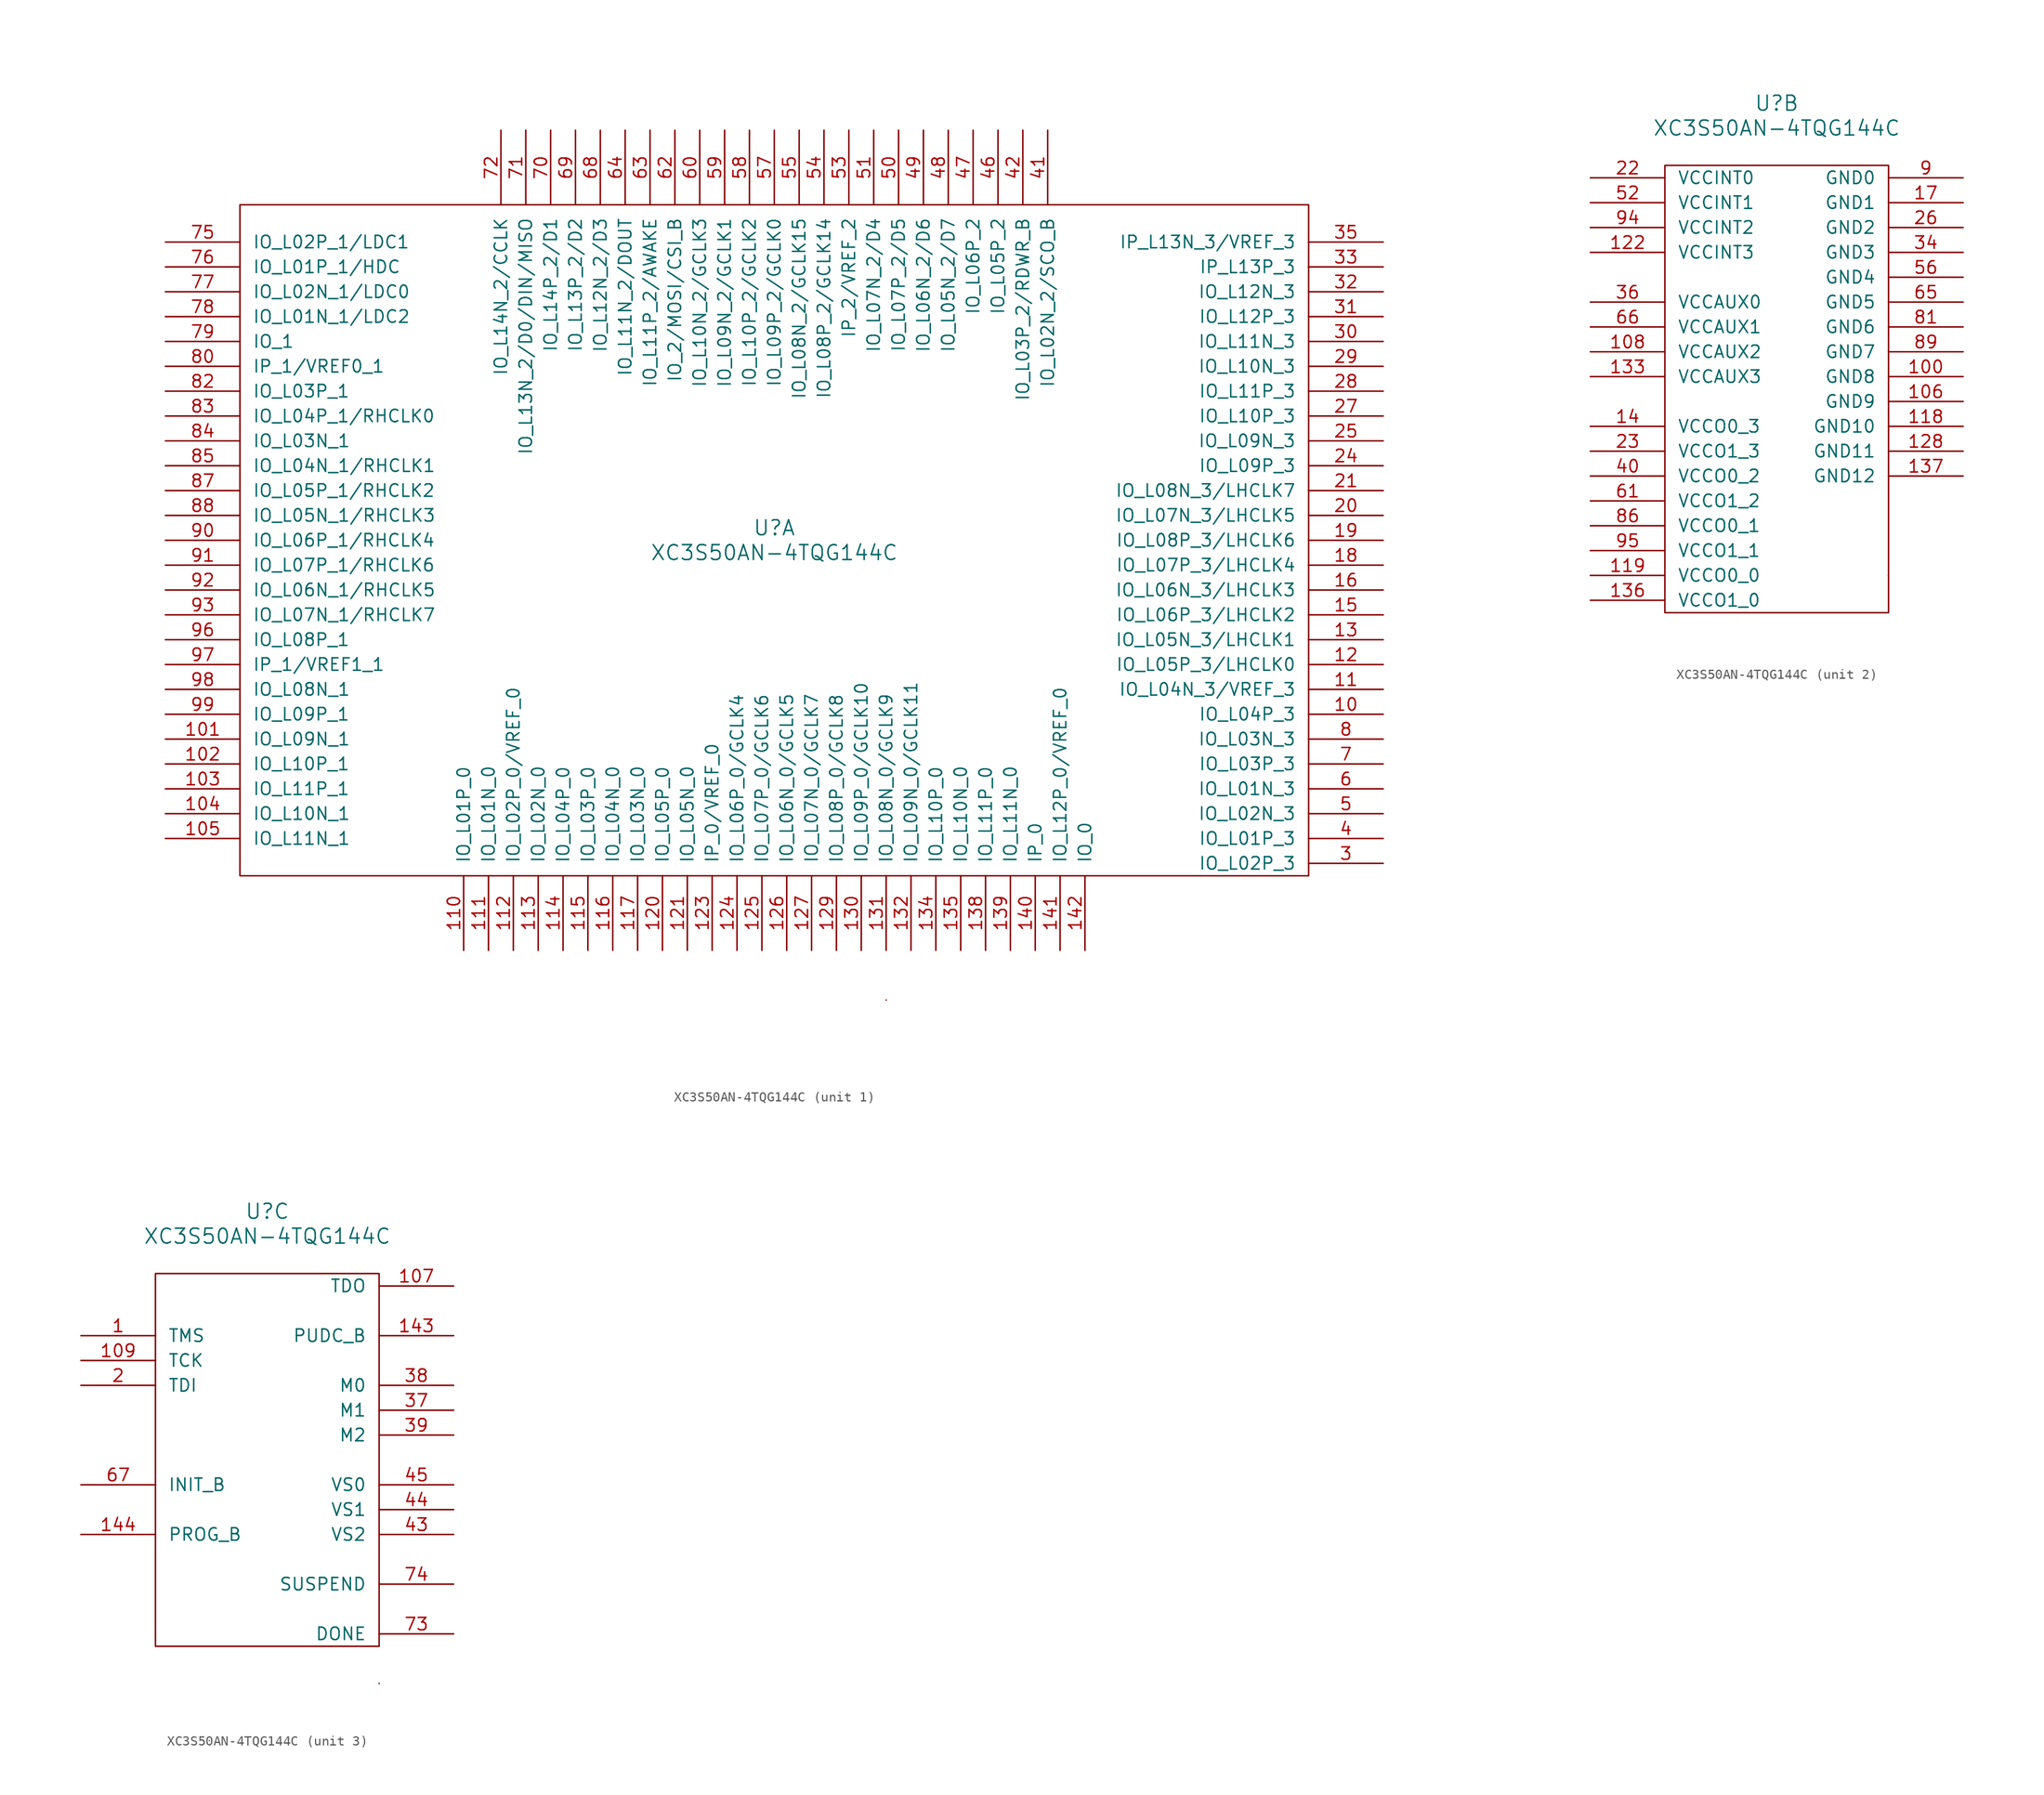
<source format=kicad_sym>
(kicad_symbol_lib
  (version 20220914)
  (generator kicad_symbol_editor)
  (symbol "XC3S50AN-4TQG144C"
    (pin_names
      (offset 1.27))
    (property "Reference" "U"
      (at 0 1.27 0)
      (effects (font (size 1.524 1.524))))
    (property "Value" "XC3S50AN-4TQG144C"
      (at 0 -1.27 0)
      (effects (font (size 1.524 1.524))))
    (property "Datasheet" ""
      (at 0 0 0)
      (effects (font (size 1.524 1.524))))
    (property "ki_locked" ""
      (at 0 0 0)
      (effects (font (size 1.27 1.27))))
    (symbol "XC3S50AN-4TQG144C_0_1"
      (rectangle (start 11.43 -46.99) (end 11.43 -46.99) (stroke (width 0) (type default)) (fill (type none))))
    (symbol "XC3S50AN-4TQG144C_1_1"
      (rectangle (start -54.61 34.29) (end 54.61 -34.29) (stroke (width 0) (type default)) (fill (type none)))
      (pin bidirectional line (at 62.23 -17.78 180) (length 7.62) (name "IO_L04P_3" (effects (font (size 1.27 1.27)))) (number "10" (effects (font (size 1.27 1.27)))))
      (pin bidirectional line (at -62.23 -20.32 0) (length 7.62) (name "IO_L09N_1" (effects (font (size 1.27 1.27)))) (number "101" (effects (font (size 1.27 1.27)))))
      (pin bidirectional line (at -62.23 -22.86 0) (length 7.62) (name "IO_L10P_1" (effects (font (size 1.27 1.27)))) (number "102" (effects (font (size 1.27 1.27)))))
      (pin bidirectional line (at -62.23 -25.4 0) (length 7.62) (name "IO_L11P_1" (effects (font (size 1.27 1.27)))) (number "103" (effects (font (size 1.27 1.27)))))
      (pin bidirectional line (at -62.23 -27.94 0) (length 7.62) (name "IO_L10N_1" (effects (font (size 1.27 1.27)))) (number "104" (effects (font (size 1.27 1.27)))))
      (pin bidirectional line (at -62.23 -30.48 0) (length 7.62) (name "IO_L11N_1" (effects (font (size 1.27 1.27)))) (number "105" (effects (font (size 1.27 1.27)))))
      (pin bidirectional line (at 62.23 -15.24 180) (length 7.62) (name "IO_L04N_3/VREF_3" (effects (font (size 1.27 1.27)))) (number "11" (effects (font (size 1.27 1.27)))))
      (pin bidirectional line (at -31.75 -41.91 90) (length 7.62) (name "IO_L01P_0" (effects (font (size 1.27 1.27)))) (number "110" (effects (font (size 1.27 1.27)))))
      (pin bidirectional line (at -29.21 -41.91 90) (length 7.62) (name "IO_L01N_0" (effects (font (size 1.27 1.27)))) (number "111" (effects (font (size 1.27 1.27)))))
      (pin bidirectional line (at -26.67 -41.91 90) (length 7.62) (name "IO_L02P_0/VREF_0" (effects (font (size 1.27 1.27)))) (number "112" (effects (font (size 1.27 1.27)))))
      (pin bidirectional line (at -24.13 -41.91 90) (length 7.62) (name "IO_L02N_0" (effects (font (size 1.27 1.27)))) (number "113" (effects (font (size 1.27 1.27)))))
      (pin bidirectional line (at -21.59 -41.91 90) (length 7.62) (name "IO_L04P_0" (effects (font (size 1.27 1.27)))) (number "114" (effects (font (size 1.27 1.27)))))
      (pin bidirectional line (at -19.05 -41.91 90) (length 7.62) (name "IO_L03P_0" (effects (font (size 1.27 1.27)))) (number "115" (effects (font (size 1.27 1.27)))))
      (pin bidirectional line (at -16.51 -41.91 90) (length 7.62) (name "IO_L04N_0" (effects (font (size 1.27 1.27)))) (number "116" (effects (font (size 1.27 1.27)))))
      (pin bidirectional line (at -13.97 -41.91 90) (length 7.62) (name "IO_L03N_0" (effects (font (size 1.27 1.27)))) (number "117" (effects (font (size 1.27 1.27)))))
      (pin bidirectional line (at 62.23 -12.7 180) (length 7.62) (name "IO_L05P_3/LHCLK0" (effects (font (size 1.27 1.27)))) (number "12" (effects (font (size 1.27 1.27)))))
      (pin bidirectional line (at -11.43 -41.91 90) (length 7.62) (name "IO_L05P_0" (effects (font (size 1.27 1.27)))) (number "120" (effects (font (size 1.27 1.27)))))
      (pin bidirectional line (at -8.89 -41.91 90) (length 7.62) (name "IO_L05N_0" (effects (font (size 1.27 1.27)))) (number "121" (effects (font (size 1.27 1.27)))))
      (pin input line (at -6.35 -41.91 90) (length 7.62) (name "IP_0/VREF_0" (effects (font (size 1.27 1.27)))) (number "123" (effects (font (size 1.27 1.27)))))
      (pin bidirectional line (at -3.81 -41.91 90) (length 7.62) (name "IO_L06P_0/GCLK4" (effects (font (size 1.27 1.27)))) (number "124" (effects (font (size 1.27 1.27)))))
      (pin bidirectional line (at -1.27 -41.91 90) (length 7.62) (name "IO_L07P_0/GCLK6" (effects (font (size 1.27 1.27)))) (number "125" (effects (font (size 1.27 1.27)))))
      (pin bidirectional line (at 1.27 -41.91 90) (length 7.62) (name "IO_L06N_0/GCLK5" (effects (font (size 1.27 1.27)))) (number "126" (effects (font (size 1.27 1.27)))))
      (pin bidirectional line (at 3.81 -41.91 90) (length 7.62) (name "IO_L07N_0/GCLK7" (effects (font (size 1.27 1.27)))) (number "127" (effects (font (size 1.27 1.27)))))
      (pin bidirectional line (at 6.35 -41.91 90) (length 7.62) (name "IO_L08P_0/GCLK8" (effects (font (size 1.27 1.27)))) (number "129" (effects (font (size 1.27 1.27)))))
      (pin bidirectional line (at 62.23 -10.16 180) (length 7.62) (name "IO_L05N_3/LHCLK1" (effects (font (size 1.27 1.27)))) (number "13" (effects (font (size 1.27 1.27)))))
      (pin bidirectional line (at 8.89 -41.91 90) (length 7.62) (name "IO_L09P_0/GCLK10" (effects (font (size 1.27 1.27)))) (number "130" (effects (font (size 1.27 1.27)))))
      (pin bidirectional line (at 11.43 -41.91 90) (length 7.62) (name "IO_L08N_0/GCLK9" (effects (font (size 1.27 1.27)))) (number "131" (effects (font (size 1.27 1.27)))))
      (pin bidirectional line (at 13.97 -41.91 90) (length 7.62) (name "IO_L09N_0/GCLK11" (effects (font (size 1.27 1.27)))) (number "132" (effects (font (size 1.27 1.27)))))
      (pin bidirectional line (at 16.51 -41.91 90) (length 7.62) (name "IO_L10P_0" (effects (font (size 1.27 1.27)))) (number "134" (effects (font (size 1.27 1.27)))))
      (pin bidirectional line (at 19.05 -41.91 90) (length 7.62) (name "IO_L10N_0" (effects (font (size 1.27 1.27)))) (number "135" (effects (font (size 1.27 1.27)))))
      (pin bidirectional line (at 21.59 -41.91 90) (length 7.62) (name "IO_L11P_0" (effects (font (size 1.27 1.27)))) (number "138" (effects (font (size 1.27 1.27)))))
      (pin bidirectional line (at 24.13 -41.91 90) (length 7.62) (name "IO_L11N_0" (effects (font (size 1.27 1.27)))) (number "139" (effects (font (size 1.27 1.27)))))
      (pin input line (at 26.67 -41.91 90) (length 7.62) (name "IP_0" (effects (font (size 1.27 1.27)))) (number "140" (effects (font (size 1.27 1.27)))))
      (pin bidirectional line (at 29.21 -41.91 90) (length 7.62) (name "IO_L12P_0/VREF_0" (effects (font (size 1.27 1.27)))) (number "141" (effects (font (size 1.27 1.27)))))
      (pin bidirectional line (at 31.75 -41.91 90) (length 7.62) (name "IO_0" (effects (font (size 1.27 1.27)))) (number "142" (effects (font (size 1.27 1.27)))))
      (pin bidirectional line (at 62.23 -7.62 180) (length 7.62) (name "IO_L06P_3/LHCLK2" (effects (font (size 1.27 1.27)))) (number "15" (effects (font (size 1.27 1.27)))))
      (pin bidirectional line (at 62.23 -5.08 180) (length 7.62) (name "IO_L06N_3/LHCLK3" (effects (font (size 1.27 1.27)))) (number "16" (effects (font (size 1.27 1.27)))))
      (pin bidirectional line (at 62.23 -2.54 180) (length 7.62) (name "IO_L07P_3/LHCLK4" (effects (font (size 1.27 1.27)))) (number "18" (effects (font (size 1.27 1.27)))))
      (pin bidirectional line (at 62.23 0 180) (length 7.62) (name "IO_L08P_3/LHCLK6" (effects (font (size 1.27 1.27)))) (number "19" (effects (font (size 1.27 1.27)))))
      (pin bidirectional line (at 62.23 2.54 180) (length 7.62) (name "IO_L07N_3/LHCLK5" (effects (font (size 1.27 1.27)))) (number "20" (effects (font (size 1.27 1.27)))))
      (pin bidirectional line (at 62.23 5.08 180) (length 7.62) (name "IO_L08N_3/LHCLK7" (effects (font (size 1.27 1.27)))) (number "21" (effects (font (size 1.27 1.27)))))
      (pin bidirectional line (at 62.23 7.62 180) (length 7.62) (name "IO_L09P_3" (effects (font (size 1.27 1.27)))) (number "24" (effects (font (size 1.27 1.27)))))
      (pin bidirectional line (at 62.23 10.16 180) (length 7.62) (name "IO_L09N_3" (effects (font (size 1.27 1.27)))) (number "25" (effects (font (size 1.27 1.27)))))
      (pin bidirectional line (at 62.23 12.7 180) (length 7.62) (name "IO_L10P_3" (effects (font (size 1.27 1.27)))) (number "27" (effects (font (size 1.27 1.27)))))
      (pin bidirectional line (at 62.23 15.24 180) (length 7.62) (name "IO_L11P_3" (effects (font (size 1.27 1.27)))) (number "28" (effects (font (size 1.27 1.27)))))
      (pin bidirectional line (at 62.23 17.78 180) (length 7.62) (name "IO_L10N_3" (effects (font (size 1.27 1.27)))) (number "29" (effects (font (size 1.27 1.27)))))
      (pin bidirectional line (at 62.23 -33.02 180) (length 7.62) (name "IO_L02P_3" (effects (font (size 1.27 1.27)))) (number "3" (effects (font (size 1.27 1.27)))))
      (pin bidirectional line (at 62.23 20.32 180) (length 7.62) (name "IO_L11N_3" (effects (font (size 1.27 1.27)))) (number "30" (effects (font (size 1.27 1.27)))))
      (pin bidirectional line (at 62.23 22.86 180) (length 7.62) (name "IO_L12P_3" (effects (font (size 1.27 1.27)))) (number "31" (effects (font (size 1.27 1.27)))))
      (pin bidirectional line (at 62.23 25.4 180) (length 7.62) (name "IO_L12N_3" (effects (font (size 1.27 1.27)))) (number "32" (effects (font (size 1.27 1.27)))))
      (pin input line (at 62.23 27.94 180) (length 7.62) (name "IP_L13P_3" (effects (font (size 1.27 1.27)))) (number "33" (effects (font (size 1.27 1.27)))))
      (pin input line (at 62.23 30.48 180) (length 7.62) (name "IP_L13N_3/VREF_3" (effects (font (size 1.27 1.27)))) (number "35" (effects (font (size 1.27 1.27)))))
      (pin bidirectional line (at 62.23 -30.48 180) (length 7.62) (name "IO_L01P_3" (effects (font (size 1.27 1.27)))) (number "4" (effects (font (size 1.27 1.27)))))
      (pin bidirectional line (at 27.94 41.91 270) (length 7.62) (name "IO_L02N_2/SCO_B" (effects (font (size 1.27 1.27)))) (number "41" (effects (font (size 1.27 1.27)))))
      (pin bidirectional line (at 25.4 41.91 270) (length 7.62) (name "IO_L03P_2/RDWR_B" (effects (font (size 1.27 1.27)))) (number "42" (effects (font (size 1.27 1.27)))))
      (pin bidirectional line (at 22.86 41.91 270) (length 7.62) (name "IO_L05P_2" (effects (font (size 1.27 1.27)))) (number "46" (effects (font (size 1.27 1.27)))))
      (pin bidirectional line (at 20.32 41.91 270) (length 7.62) (name "IO_L06P_2" (effects (font (size 1.27 1.27)))) (number "47" (effects (font (size 1.27 1.27)))))
      (pin bidirectional line (at 17.78 41.91 270) (length 7.62) (name "IO_L05N_2/D7" (effects (font (size 1.27 1.27)))) (number "48" (effects (font (size 1.27 1.27)))))
      (pin bidirectional line (at 15.24 41.91 270) (length 7.62) (name "IO_L06N_2/D6" (effects (font (size 1.27 1.27)))) (number "49" (effects (font (size 1.27 1.27)))))
      (pin bidirectional line (at 62.23 -27.94 180) (length 7.62) (name "IO_L02N_3" (effects (font (size 1.27 1.27)))) (number "5" (effects (font (size 1.27 1.27)))))
      (pin bidirectional line (at 12.7 41.91 270) (length 7.62) (name "IO_L07P_2/D5" (effects (font (size 1.27 1.27)))) (number "50" (effects (font (size 1.27 1.27)))))
      (pin bidirectional line (at 10.16 41.91 270) (length 7.62) (name "IO_L07N_2/D4" (effects (font (size 1.27 1.27)))) (number "51" (effects (font (size 1.27 1.27)))))
      (pin input line (at 7.62 41.91 270) (length 7.62) (name "IP_2/VREF_2" (effects (font (size 1.27 1.27)))) (number "53" (effects (font (size 1.27 1.27)))))
      (pin bidirectional line (at 5.08 41.91 270) (length 7.62) (name "IO_L08P_2/GCLK14" (effects (font (size 1.27 1.27)))) (number "54" (effects (font (size 1.27 1.27)))))
      (pin bidirectional line (at 2.54 41.91 270) (length 7.62) (name "IO_L08N_2/GCLK15" (effects (font (size 1.27 1.27)))) (number "55" (effects (font (size 1.27 1.27)))))
      (pin bidirectional line (at 0 41.91 270) (length 7.62) (name "IO_L09P_2/GCLK0" (effects (font (size 1.27 1.27)))) (number "57" (effects (font (size 1.27 1.27)))))
      (pin bidirectional line (at -2.54 41.91 270) (length 7.62) (name "IO_L10P_2/GCLK2" (effects (font (size 1.27 1.27)))) (number "58" (effects (font (size 1.27 1.27)))))
      (pin bidirectional line (at -5.08 41.91 270) (length 7.62) (name "IO_L09N_2/GCLK1" (effects (font (size 1.27 1.27)))) (number "59" (effects (font (size 1.27 1.27)))))
      (pin bidirectional line (at 62.23 -25.4 180) (length 7.62) (name "IO_L01N_3" (effects (font (size 1.27 1.27)))) (number "6" (effects (font (size 1.27 1.27)))))
      (pin bidirectional line (at -7.62 41.91 270) (length 7.62) (name "IO_L10N_2/GCLK3" (effects (font (size 1.27 1.27)))) (number "60" (effects (font (size 1.27 1.27)))))
      (pin bidirectional line (at -10.16 41.91 270) (length 7.62) (name "IO_2/MOSI/CSI_B" (effects (font (size 1.27 1.27)))) (number "62" (effects (font (size 1.27 1.27)))))
      (pin bidirectional line (at -12.7 41.91 270) (length 7.62) (name "IO_L11P_2/AWAKE" (effects (font (size 1.27 1.27)))) (number "63" (effects (font (size 1.27 1.27)))))
      (pin bidirectional line (at -15.24 41.91 270) (length 7.62) (name "IO_L11N_2/DOUT" (effects (font (size 1.27 1.27)))) (number "64" (effects (font (size 1.27 1.27)))))
      (pin bidirectional line (at -17.78 41.91 270) (length 7.62) (name "IO_L12N_2/D3" (effects (font (size 1.27 1.27)))) (number "68" (effects (font (size 1.27 1.27)))))
      (pin bidirectional line (at -20.32 41.91 270) (length 7.62) (name "IO_L13P_2/D2" (effects (font (size 1.27 1.27)))) (number "69" (effects (font (size 1.27 1.27)))))
      (pin bidirectional line (at 62.23 -22.86 180) (length 7.62) (name "IO_L03P_3" (effects (font (size 1.27 1.27)))) (number "7" (effects (font (size 1.27 1.27)))))
      (pin bidirectional line (at -22.86 41.91 270) (length 7.62) (name "IO_L14P_2/D1" (effects (font (size 1.27 1.27)))) (number "70" (effects (font (size 1.27 1.27)))))
      (pin bidirectional line (at -25.4 41.91 270) (length 7.62) (name "IO_L13N_2/D0/DIN/MISO" (effects (font (size 1.27 1.27)))) (number "71" (effects (font (size 1.27 1.27)))))
      (pin bidirectional line (at -27.94 41.91 270) (length 7.62) (name "IO_L14N_2/CCLK" (effects (font (size 1.27 1.27)))) (number "72" (effects (font (size 1.27 1.27)))))
      (pin bidirectional line (at -62.23 30.48 0) (length 7.62) (name "IO_L02P_1/LDC1" (effects (font (size 1.27 1.27)))) (number "75" (effects (font (size 1.27 1.27)))))
      (pin bidirectional line (at -62.23 27.94 0) (length 7.62) (name "IO_L01P_1/HDC" (effects (font (size 1.27 1.27)))) (number "76" (effects (font (size 1.27 1.27)))))
      (pin bidirectional line (at -62.23 25.4 0) (length 7.62) (name "IO_L02N_1/LDC0" (effects (font (size 1.27 1.27)))) (number "77" (effects (font (size 1.27 1.27)))))
      (pin bidirectional line (at -62.23 22.86 0) (length 7.62) (name "IO_L01N_1/LDC2" (effects (font (size 1.27 1.27)))) (number "78" (effects (font (size 1.27 1.27)))))
      (pin bidirectional line (at -62.23 20.32 0) (length 7.62) (name "IO_1" (effects (font (size 1.27 1.27)))) (number "79" (effects (font (size 1.27 1.27)))))
      (pin bidirectional line (at 62.23 -20.32 180) (length 7.62) (name "IO_L03N_3" (effects (font (size 1.27 1.27)))) (number "8" (effects (font (size 1.27 1.27)))))
      (pin input line (at -62.23 17.78 0) (length 7.62) (name "IP_1/VREF0_1" (effects (font (size 1.27 1.27)))) (number "80" (effects (font (size 1.27 1.27)))))
      (pin bidirectional line (at -62.23 15.24 0) (length 7.62) (name "IO_L03P_1" (effects (font (size 1.27 1.27)))) (number "82" (effects (font (size 1.27 1.27)))))
      (pin bidirectional line (at -62.23 12.7 0) (length 7.62) (name "IO_L04P_1/RHCLK0" (effects (font (size 1.27 1.27)))) (number "83" (effects (font (size 1.27 1.27)))))
      (pin bidirectional line (at -62.23 10.16 0) (length 7.62) (name "IO_L03N_1" (effects (font (size 1.27 1.27)))) (number "84" (effects (font (size 1.27 1.27)))))
      (pin bidirectional line (at -62.23 7.62 0) (length 7.62) (name "IO_L04N_1/RHCLK1" (effects (font (size 1.27 1.27)))) (number "85" (effects (font (size 1.27 1.27)))))
      (pin bidirectional line (at -62.23 5.08 0) (length 7.62) (name "IO_L05P_1/RHCLK2" (effects (font (size 1.27 1.27)))) (number "87" (effects (font (size 1.27 1.27)))))
      (pin bidirectional line (at -62.23 2.54 0) (length 7.62) (name "IO_L05N_1/RHCLK3" (effects (font (size 1.27 1.27)))) (number "88" (effects (font (size 1.27 1.27)))))
      (pin bidirectional line (at -62.23 0 0) (length 7.62) (name "IO_L06P_1/RHCLK4" (effects (font (size 1.27 1.27)))) (number "90" (effects (font (size 1.27 1.27)))))
      (pin bidirectional line (at -62.23 -2.54 0) (length 7.62) (name "IO_L07P_1/RHCLK6" (effects (font (size 1.27 1.27)))) (number "91" (effects (font (size 1.27 1.27)))))
      (pin bidirectional line (at -62.23 -5.08 0) (length 7.62) (name "IO_L06N_1/RHCLK5" (effects (font (size 1.27 1.27)))) (number "92" (effects (font (size 1.27 1.27)))))
      (pin bidirectional line (at -62.23 -7.62 0) (length 7.62) (name "IO_L07N_1/RHCLK7" (effects (font (size 1.27 1.27)))) (number "93" (effects (font (size 1.27 1.27)))))
      (pin bidirectional line (at -62.23 -10.16 0) (length 7.62) (name "IO_L08P_1" (effects (font (size 1.27 1.27)))) (number "96" (effects (font (size 1.27 1.27)))))
      (pin input line (at -62.23 -12.7 0) (length 7.62) (name "IP_1/VREF1_1" (effects (font (size 1.27 1.27)))) (number "97" (effects (font (size 1.27 1.27)))))
      (pin bidirectional line (at -62.23 -15.24 0) (length 7.62) (name "IO_L08N_1" (effects (font (size 1.27 1.27)))) (number "98" (effects (font (size 1.27 1.27)))))
      (pin bidirectional line (at -62.23 -17.78 0) (length 7.62) (name "IO_L09P_1" (effects (font (size 1.27 1.27)))) (number "99" (effects (font (size 1.27 1.27))))))
    (symbol "XC3S50AN-4TQG144C_2_1"
      (rectangle (start -11.43 -5.08) (end 11.43 -50.8) (stroke (width 0) (type default)) (fill (type none)))
      (pin power_in line (at 19.05 -26.67 180) (length 7.62) (name "GND8" (effects (font (size 1.27 1.27)))) (number "100" (effects (font (size 1.27 1.27)))))
      (pin power_in line (at 19.05 -29.21 180) (length 7.62) (name "GND9" (effects (font (size 1.27 1.27)))) (number "106" (effects (font (size 1.27 1.27)))))
      (pin power_in line (at -19.05 -24.13 0) (length 7.62) (name "VCCAUX2" (effects (font (size 1.27 1.27)))) (number "108" (effects (font (size 1.27 1.27)))))
      (pin power_in line (at 19.05 -31.75 180) (length 7.62) (name "GND10" (effects (font (size 1.27 1.27)))) (number "118" (effects (font (size 1.27 1.27)))))
      (pin power_in line (at -19.05 -46.99 0) (length 7.62) (name "VCCO0_0" (effects (font (size 1.27 1.27)))) (number "119" (effects (font (size 1.27 1.27)))))
      (pin power_in line (at -19.05 -13.97 0) (length 7.62) (name "VCCINT3" (effects (font (size 1.27 1.27)))) (number "122" (effects (font (size 1.27 1.27)))))
      (pin power_in line (at 19.05 -34.29 180) (length 7.62) (name "GND11" (effects (font (size 1.27 1.27)))) (number "128" (effects (font (size 1.27 1.27)))))
      (pin power_in line (at -19.05 -26.67 0) (length 7.62) (name "VCCAUX3" (effects (font (size 1.27 1.27)))) (number "133" (effects (font (size 1.27 1.27)))))
      (pin power_in line (at -19.05 -49.53 0) (length 7.62) (name "VCCO1_0" (effects (font (size 1.27 1.27)))) (number "136" (effects (font (size 1.27 1.27)))))
      (pin power_in line (at 19.05 -36.83 180) (length 7.62) (name "GND12" (effects (font (size 1.27 1.27)))) (number "137" (effects (font (size 1.27 1.27)))))
      (pin power_in line (at -19.05 -31.75 0) (length 7.62) (name "VCCO0_3" (effects (font (size 1.27 1.27)))) (number "14" (effects (font (size 1.27 1.27)))))
      (pin power_in line (at 19.05 -8.89 180) (length 7.62) (name "GND1" (effects (font (size 1.27 1.27)))) (number "17" (effects (font (size 1.27 1.27)))))
      (pin power_in line (at -19.05 -6.35 0) (length 7.62) (name "VCCINT0" (effects (font (size 1.27 1.27)))) (number "22" (effects (font (size 1.27 1.27)))))
      (pin power_in line (at -19.05 -34.29 0) (length 7.62) (name "VCCO1_3" (effects (font (size 1.27 1.27)))) (number "23" (effects (font (size 1.27 1.27)))))
      (pin power_in line (at 19.05 -11.43 180) (length 7.62) (name "GND2" (effects (font (size 1.27 1.27)))) (number "26" (effects (font (size 1.27 1.27)))))
      (pin power_in line (at 19.05 -13.97 180) (length 7.62) (name "GND3" (effects (font (size 1.27 1.27)))) (number "34" (effects (font (size 1.27 1.27)))))
      (pin power_in line (at -19.05 -19.05 0) (length 7.62) (name "VCCAUX0" (effects (font (size 1.27 1.27)))) (number "36" (effects (font (size 1.27 1.27)))))
      (pin power_in line (at -19.05 -36.83 0) (length 7.62) (name "VCCO0_2" (effects (font (size 1.27 1.27)))) (number "40" (effects (font (size 1.27 1.27)))))
      (pin power_in line (at -19.05 -8.89 0) (length 7.62) (name "VCCINT1" (effects (font (size 1.27 1.27)))) (number "52" (effects (font (size 1.27 1.27)))))
      (pin power_in line (at 19.05 -16.51 180) (length 7.62) (name "GND4" (effects (font (size 1.27 1.27)))) (number "56" (effects (font (size 1.27 1.27)))))
      (pin power_in line (at -19.05 -39.37 0) (length 7.62) (name "VCCO1_2" (effects (font (size 1.27 1.27)))) (number "61" (effects (font (size 1.27 1.27)))))
      (pin power_in line (at 19.05 -19.05 180) (length 7.62) (name "GND5" (effects (font (size 1.27 1.27)))) (number "65" (effects (font (size 1.27 1.27)))))
      (pin power_in line (at -19.05 -21.59 0) (length 7.62) (name "VCCAUX1" (effects (font (size 1.27 1.27)))) (number "66" (effects (font (size 1.27 1.27)))))
      (pin power_in line (at 19.05 -21.59 180) (length 7.62) (name "GND6" (effects (font (size 1.27 1.27)))) (number "81" (effects (font (size 1.27 1.27)))))
      (pin power_in line (at -19.05 -41.91 0) (length 7.62) (name "VCCO0_1" (effects (font (size 1.27 1.27)))) (number "86" (effects (font (size 1.27 1.27)))))
      (pin power_in line (at 19.05 -24.13 180) (length 7.62) (name "GND7" (effects (font (size 1.27 1.27)))) (number "89" (effects (font (size 1.27 1.27)))))
      (pin power_in line (at 19.05 -6.35 180) (length 7.62) (name "GND0" (effects (font (size 1.27 1.27)))) (number "9" (effects (font (size 1.27 1.27)))))
      (pin power_in line (at -19.05 -11.43 0) (length 7.62) (name "VCCINT2" (effects (font (size 1.27 1.27)))) (number "94" (effects (font (size 1.27 1.27)))))
      (pin power_in line (at -19.05 -44.45 0) (length 7.62) (name "VCCO1_1" (effects (font (size 1.27 1.27)))) (number "95" (effects (font (size 1.27 1.27))))))
    (symbol "XC3S50AN-4TQG144C_3_1"
      (rectangle (start 11.43 -5.08) (end -11.43 -43.18) (stroke (width 0) (type default)) (fill (type none)))
      (pin input line (at -19.05 -11.43 0) (length 7.62) (name "TMS" (effects (font (size 1.27 1.27)))) (number "1" (effects (font (size 1.27 1.27)))))
      (pin output line (at 19.05 -6.35 180) (length 7.62) (name "TDO" (effects (font (size 1.27 1.27)))) (number "107" (effects (font (size 1.27 1.27)))))
      (pin input line (at -19.05 -13.97 0) (length 7.62) (name "TCK" (effects (font (size 1.27 1.27)))) (number "109" (effects (font (size 1.27 1.27)))))
      (pin input line (at 19.05 -11.43 180) (length 7.62) (name "PUDC_B" (effects (font (size 1.27 1.27)))) (number "143" (effects (font (size 1.27 1.27)))))
      (pin input line (at -19.05 -31.75 0) (length 7.62) (name "PROG_B" (effects (font (size 1.27 1.27)))) (number "144" (effects (font (size 1.27 1.27)))))
      (pin input line (at -19.05 -16.51 0) (length 7.62) (name "TDI" (effects (font (size 1.27 1.27)))) (number "2" (effects (font (size 1.27 1.27)))))
      (pin input line (at 19.05 -19.05 180) (length 7.62) (name "M1" (effects (font (size 1.27 1.27)))) (number "37" (effects (font (size 1.27 1.27)))))
      (pin input line (at 19.05 -16.51 180) (length 7.62) (name "M0" (effects (font (size 1.27 1.27)))) (number "38" (effects (font (size 1.27 1.27)))))
      (pin input line (at 19.05 -21.59 180) (length 7.62) (name "M2" (effects (font (size 1.27 1.27)))) (number "39" (effects (font (size 1.27 1.27)))))
      (pin input line (at 19.05 -31.75 180) (length 7.62) (name "VS2" (effects (font (size 1.27 1.27)))) (number "43" (effects (font (size 1.27 1.27)))))
      (pin input line (at 19.05 -29.21 180) (length 7.62) (name "VS1" (effects (font (size 1.27 1.27)))) (number "44" (effects (font (size 1.27 1.27)))))
      (pin input line (at 19.05 -26.67 180) (length 7.62) (name "VS0" (effects (font (size 1.27 1.27)))) (number "45" (effects (font (size 1.27 1.27)))))
      (pin input line (at -19.05 -26.67 0) (length 7.62) (name "INIT_B" (effects (font (size 1.27 1.27)))) (number "67" (effects (font (size 1.27 1.27)))))
      (pin output line (at 19.05 -41.91 180) (length 7.62) (name "DONE" (effects (font (size 1.27 1.27)))) (number "73" (effects (font (size 1.27 1.27)))))
      (pin input line (at 19.05 -36.83 180) (length 7.62) (name "SUSPEND" (effects (font (size 1.27 1.27)))) (number "74" (effects (font (size 1.27 1.27))))))))
</source>
